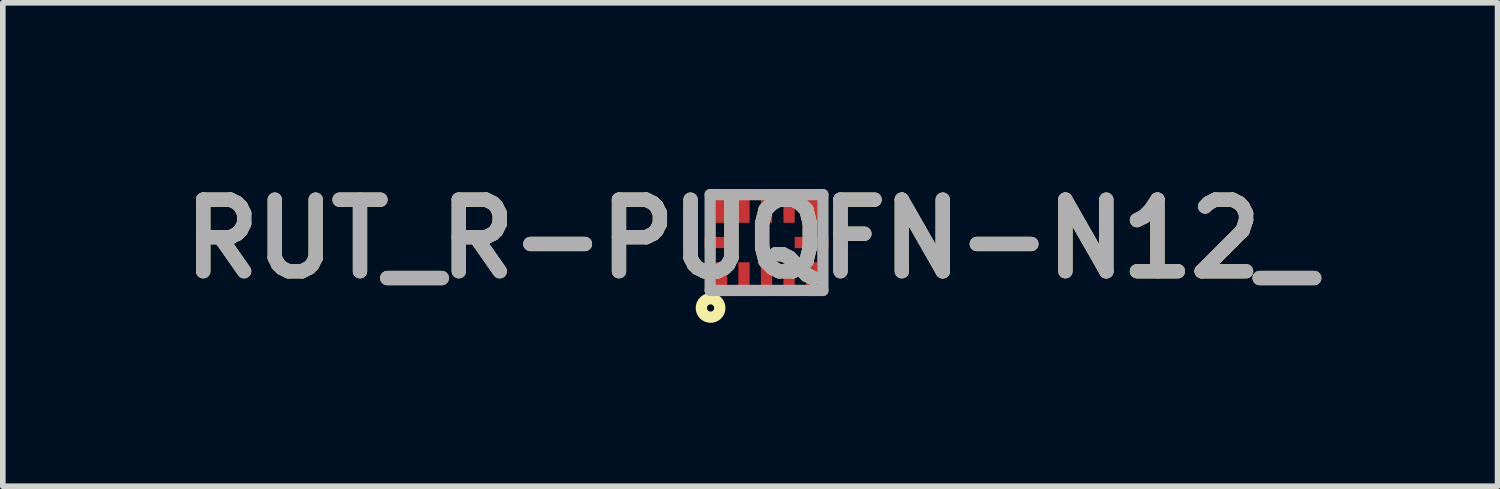
<source format=kicad_pcb>
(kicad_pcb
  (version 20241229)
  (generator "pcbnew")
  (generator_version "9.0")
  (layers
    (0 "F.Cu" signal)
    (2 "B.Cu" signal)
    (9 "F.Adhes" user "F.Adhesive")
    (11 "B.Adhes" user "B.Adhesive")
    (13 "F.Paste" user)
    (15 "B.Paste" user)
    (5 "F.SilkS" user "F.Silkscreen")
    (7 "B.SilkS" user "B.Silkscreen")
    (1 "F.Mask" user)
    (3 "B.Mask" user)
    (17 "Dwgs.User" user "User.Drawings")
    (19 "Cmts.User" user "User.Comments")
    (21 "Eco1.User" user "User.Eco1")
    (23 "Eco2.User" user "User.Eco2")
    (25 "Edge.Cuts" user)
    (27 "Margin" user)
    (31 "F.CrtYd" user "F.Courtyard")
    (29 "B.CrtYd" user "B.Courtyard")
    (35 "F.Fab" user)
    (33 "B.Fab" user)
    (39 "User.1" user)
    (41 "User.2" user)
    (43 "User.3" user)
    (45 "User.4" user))
  (footprint "RUT_R-PUQFN-N12_"
    (layer "F.Cu")
    (at 10.553 1.254)
    (property "Reference" "RUT_R-PUQFN-N12_" (at -0.29 -0.065 0) (layer "F.SilkS") (effects (font (size 1.27 1.27) (thickness 0.254))))
    (attr smd)
    (fp_circle (center -0.993 1.161) (end -0.993 1.225) (stroke (width 0.2) (type solid)) (fill no) (layer "F.SilkS"))
    (fp_line (start -1 -0.85) (end 1 -0.85) (stroke (width 0.2) (type solid)) (layer "F.Fab"))
    (fp_line (start -1 0.85) (end -1 -0.85) (stroke (width 0.2) (type solid)) (layer "F.Fab"))
    (fp_line (start 1 -0.85) (end 1 0.85) (stroke (width 0.2) (type solid)) (layer "F.Fab"))
    (fp_line (start 1 0.85) (end -1 0.85) (stroke (width 0.2) (type solid)) (layer "F.Fab"))
    (fp_text user "${REFERENCE}" (at -0.29 -0.065 0) (layer "F.Fab") (effects (font (size 1.27 1.27) (thickness 0.254))))
    (pad "1" smd rect (at -0.8 0.65) (size 0.2 0.6) (layers "F.Cu" "F.Mask" "F.Paste"))
    (pad "2" smd rect (at -0.4 0.65) (size 0.2 0.6) (layers "F.Cu" "F.Mask" "F.Paste"))
    (pad "3" smd rect (at 0 0.65) (size 0.2 0.6) (layers "F.Cu" "F.Mask" "F.Paste"))
    (pad "4" smd rect (at 0.4 0.65) (size 0.2 0.6) (layers "F.Cu" "F.Mask" "F.Paste"))
    (pad "5" smd rect (at 0.8 0.65) (size 0.2 0.6) (layers "F.Cu" "F.Mask" "F.Paste"))
    (pad "6" smd rect (at 0.8 0 90) (size 0.2 0.6) (layers "F.Cu" "F.Mask" "F.Paste"))
    (pad "7" smd rect (at 0.8 -0.65) (size 0.2 0.6) (layers "F.Cu" "F.Mask" "F.Paste"))
    (pad "8" smd rect (at 0.4 -0.65) (size 0.2 0.6) (layers "F.Cu" "F.Mask" "F.Paste"))
    (pad "9" smd rect (at 0 -0.65) (size 0.2 0.6) (layers "F.Cu" "F.Mask" "F.Paste"))
    (pad "10" smd rect (at -0.4 -0.65) (size 0.2 0.6) (layers "F.Cu" "F.Mask" "F.Paste"))
    (pad "11" smd rect (at -0.8 -0.65) (size 0.2 0.6) (layers "F.Cu" "F.Mask" "F.Paste"))
    (pad "12" smd rect (at -0.8 0 90) (size 0.2 0.6) (layers "F.Cu" "F.Mask" "F.Paste")))
  (gr_rect
    (start -3 -3)
    (end 23.526 5.579)
    (stroke (width 0.1) (type default))
    (fill no)
    (layer "Edge.Cuts")))
</source>
